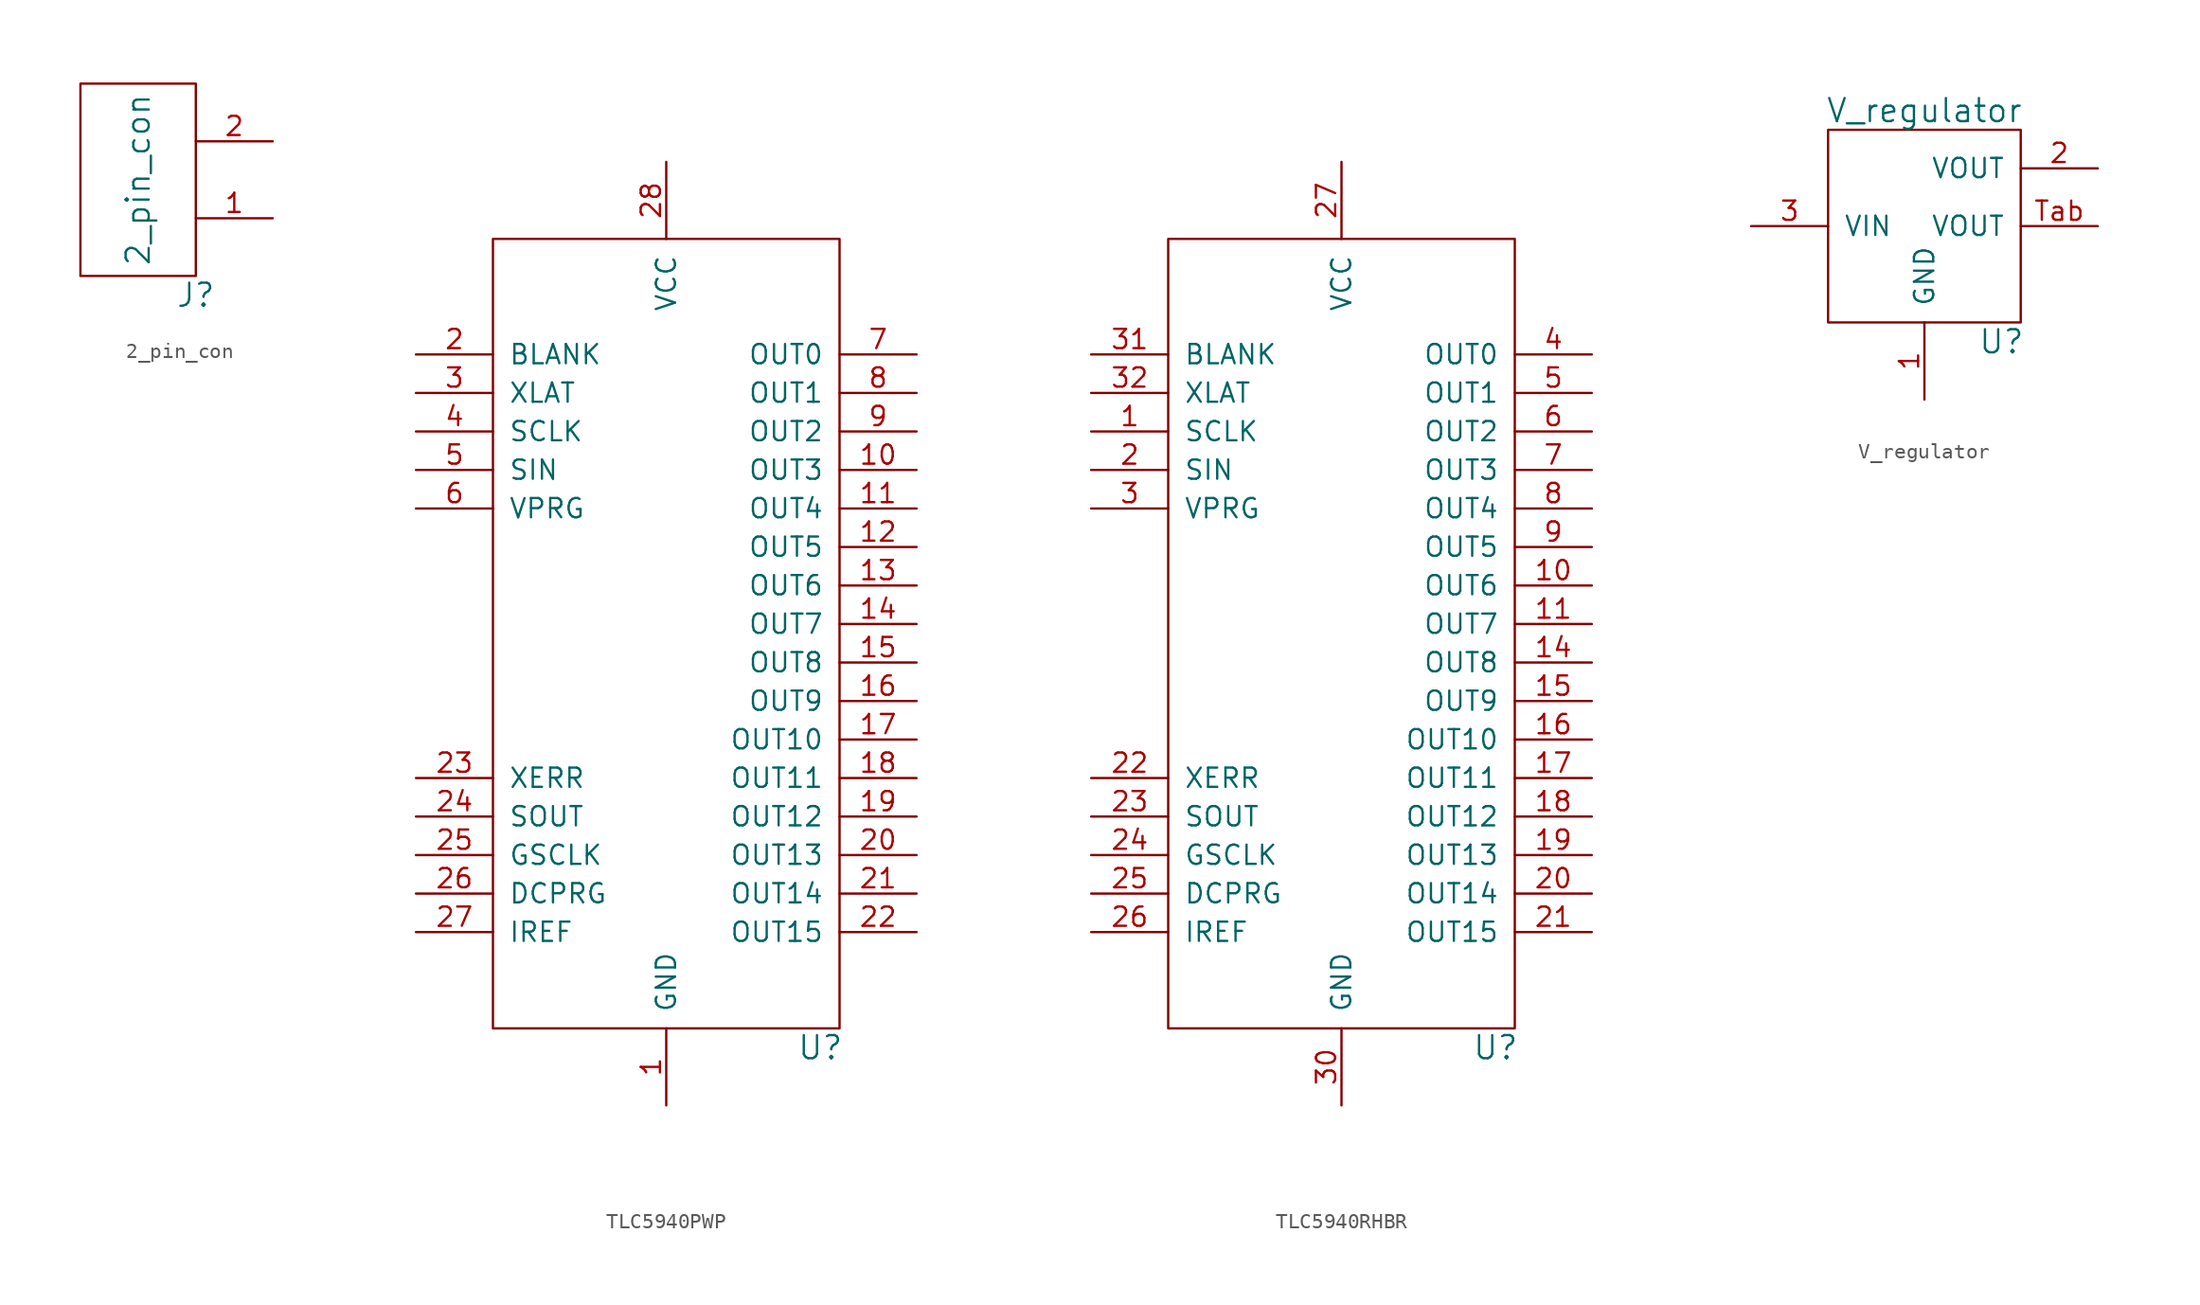
<source format=kicad_sym>
(kicad_symbol_lib
  (version 20211014)
  (generator kicad_symbol_editor)
  (symbol "2_pin_con"
    (pin_names
      (offset 1.016))
    (property "Reference" "J"
      (at 3.81 -7.62 0)
      (effects (font (size 1.524 1.524))))
    (property "Value" "2_pin_con"
      (at 0 0 90)
      (effects (font (size 1.524 1.524))))
    (property "Footprint" ""
      (at 0 0 0)
      (effects (font (size 1.524 1.524))))
    (property "Datasheet" ""
      (at 0 0 0)
      (effects (font (size 1.524 1.524))))
    (symbol "2_pin_con_0_1"
      (rectangle (start -3.81 6.35) (end 3.81 -6.35) (stroke (width 0) (type default) (color 0 0 0 0)) (fill (type none))))
    (symbol "2_pin_con_1_1"
      (pin passive line (at 8.89 -2.54 180) (length 5.08) (name "~" (effects (font (size 1.27 1.27)))) (number "1" (effects (font (size 1.27 1.27)))))
      (pin passive line (at 8.89 2.54 180) (length 5.08) (name "~" (effects (font (size 1.27 1.27)))) (number "2" (effects (font (size 1.27 1.27)))))))
  (symbol "TLC5940PWP"
    (pin_names
      (offset 1.016))
    (property "Reference" "U"
      (at 10.16 -27.94 0)
      (effects (font (size 1.524 1.524))))
    (property "Footprint" ""
      (at -7.62 12.7 0)
      (effects (font (size 1.524 1.524))))
    (property "Datasheet" ""
      (at -7.62 12.7 0)
      (effects (font (size 1.524 1.524))))
    (symbol "TLC5940PWP_0_1"
      (rectangle (start -11.43 25.4) (end 11.43 -26.67) (stroke (width 0) (type default) (color 0 0 0 0)) (fill (type none))))
    (symbol "TLC5940PWP_1_1"
      (pin passive line (at 0 -31.75 90) (length 5.08) (name "GND" (effects (font (size 1.27 1.27)))) (number "1" (effects (font (size 1.27 1.27)))))
      (pin passive line (at 16.51 10.16 180) (length 5.08) (name "OUT3" (effects (font (size 1.27 1.27)))) (number "10" (effects (font (size 1.27 1.27)))))
      (pin passive line (at 16.51 7.62 180) (length 5.08) (name "OUT4" (effects (font (size 1.27 1.27)))) (number "11" (effects (font (size 1.27 1.27)))))
      (pin passive line (at 16.51 5.08 180) (length 5.08) (name "OUT5" (effects (font (size 1.27 1.27)))) (number "12" (effects (font (size 1.27 1.27)))))
      (pin passive line (at 16.51 2.54 180) (length 5.08) (name "OUT6" (effects (font (size 1.27 1.27)))) (number "13" (effects (font (size 1.27 1.27)))))
      (pin passive line (at 16.51 0 180) (length 5.08) (name "OUT7" (effects (font (size 1.27 1.27)))) (number "14" (effects (font (size 1.27 1.27)))))
      (pin passive line (at 16.51 -2.54 180) (length 5.08) (name "OUT8" (effects (font (size 1.27 1.27)))) (number "15" (effects (font (size 1.27 1.27)))))
      (pin passive line (at 16.51 -5.08 180) (length 5.08) (name "OUT9" (effects (font (size 1.27 1.27)))) (number "16" (effects (font (size 1.27 1.27)))))
      (pin passive line (at 16.51 -7.62 180) (length 5.08) (name "OUT10" (effects (font (size 1.27 1.27)))) (number "17" (effects (font (size 1.27 1.27)))))
      (pin passive line (at 16.51 -10.16 180) (length 5.08) (name "OUT11" (effects (font (size 1.27 1.27)))) (number "18" (effects (font (size 1.27 1.27)))))
      (pin passive line (at 16.51 -12.7 180) (length 5.08) (name "OUT12" (effects (font (size 1.27 1.27)))) (number "19" (effects (font (size 1.27 1.27)))))
      (pin passive line (at -16.51 17.78 0) (length 5.08) (name "BLANK" (effects (font (size 1.27 1.27)))) (number "2" (effects (font (size 1.27 1.27)))))
      (pin passive line (at 16.51 -15.24 180) (length 5.08) (name "OUT13" (effects (font (size 1.27 1.27)))) (number "20" (effects (font (size 1.27 1.27)))))
      (pin passive line (at 16.51 -17.78 180) (length 5.08) (name "OUT14" (effects (font (size 1.27 1.27)))) (number "21" (effects (font (size 1.27 1.27)))))
      (pin passive line (at 16.51 -20.32 180) (length 5.08) (name "OUT15" (effects (font (size 1.27 1.27)))) (number "22" (effects (font (size 1.27 1.27)))))
      (pin passive line (at -16.51 -10.16 0) (length 5.08) (name "XERR" (effects (font (size 1.27 1.27)))) (number "23" (effects (font (size 1.27 1.27)))))
      (pin passive line (at -16.51 -12.7 0) (length 5.08) (name "SOUT" (effects (font (size 1.27 1.27)))) (number "24" (effects (font (size 1.27 1.27)))))
      (pin passive line (at -16.51 -15.24 0) (length 5.08) (name "GSCLK" (effects (font (size 1.27 1.27)))) (number "25" (effects (font (size 1.27 1.27)))))
      (pin passive line (at -16.51 -17.78 0) (length 5.08) (name "DCPRG" (effects (font (size 1.27 1.27)))) (number "26" (effects (font (size 1.27 1.27)))))
      (pin passive line (at -16.51 -20.32 0) (length 5.08) (name "IREF" (effects (font (size 1.27 1.27)))) (number "27" (effects (font (size 1.27 1.27)))))
      (pin passive line (at 0 30.48 270) (length 5.08) (name "VCC" (effects (font (size 1.27 1.27)))) (number "28" (effects (font (size 1.27 1.27)))))
      (pin passive line (at -16.51 15.24 0) (length 5.08) (name "XLAT" (effects (font (size 1.27 1.27)))) (number "3" (effects (font (size 1.27 1.27)))))
      (pin passive line (at -16.51 12.7 0) (length 5.08) (name "SCLK" (effects (font (size 1.27 1.27)))) (number "4" (effects (font (size 1.27 1.27)))))
      (pin passive line (at -16.51 10.16 0) (length 5.08) (name "SIN" (effects (font (size 1.27 1.27)))) (number "5" (effects (font (size 1.27 1.27)))))
      (pin passive line (at -16.51 7.62 0) (length 5.08) (name "VPRG" (effects (font (size 1.27 1.27)))) (number "6" (effects (font (size 1.27 1.27)))))
      (pin passive line (at 16.51 17.78 180) (length 5.08) (name "OUT0" (effects (font (size 1.27 1.27)))) (number "7" (effects (font (size 1.27 1.27)))))
      (pin passive line (at 16.51 15.24 180) (length 5.08) (name "OUT1" (effects (font (size 1.27 1.27)))) (number "8" (effects (font (size 1.27 1.27)))))
      (pin passive line (at 16.51 12.7 180) (length 5.08) (name "OUT2" (effects (font (size 1.27 1.27)))) (number "9" (effects (font (size 1.27 1.27)))))))
  (symbol "TLC5940RHBR"
    (pin_names
      (offset 1.016))
    (property "Reference" "U"
      (at 10.16 -27.94 0)
      (effects (font (size 1.524 1.524))))
    (property "Footprint" ""
      (at -7.62 12.7 0)
      (effects (font (size 1.524 1.524))))
    (property "Datasheet" ""
      (at -7.62 12.7 0)
      (effects (font (size 1.524 1.524))))
    (symbol "TLC5940RHBR_0_1"
      (rectangle (start -11.43 25.4) (end 11.43 -26.67) (stroke (width 0) (type default) (color 0 0 0 0)) (fill (type none))))
    (symbol "TLC5940RHBR_1_1"
      (pin passive line (at -16.51 12.7 0) (length 5.08) (name "SCLK" (effects (font (size 1.27 1.27)))) (number "1" (effects (font (size 1.27 1.27)))))
      (pin passive line (at 16.51 2.54 180) (length 5.08) (name "OUT6" (effects (font (size 1.27 1.27)))) (number "10" (effects (font (size 1.27 1.27)))))
      (pin passive line (at 16.51 0 180) (length 5.08) (name "OUT7" (effects (font (size 1.27 1.27)))) (number "11" (effects (font (size 1.27 1.27)))))
      (pin passive line (at 16.51 -2.54 180) (length 5.08) (name "OUT8" (effects (font (size 1.27 1.27)))) (number "14" (effects (font (size 1.27 1.27)))))
      (pin passive line (at 16.51 -5.08 180) (length 5.08) (name "OUT9" (effects (font (size 1.27 1.27)))) (number "15" (effects (font (size 1.27 1.27)))))
      (pin passive line (at 16.51 -7.62 180) (length 5.08) (name "OUT10" (effects (font (size 1.27 1.27)))) (number "16" (effects (font (size 1.27 1.27)))))
      (pin passive line (at 16.51 -10.16 180) (length 5.08) (name "OUT11" (effects (font (size 1.27 1.27)))) (number "17" (effects (font (size 1.27 1.27)))))
      (pin passive line (at 16.51 -12.7 180) (length 5.08) (name "OUT12" (effects (font (size 1.27 1.27)))) (number "18" (effects (font (size 1.27 1.27)))))
      (pin passive line (at 16.51 -15.24 180) (length 5.08) (name "OUT13" (effects (font (size 1.27 1.27)))) (number "19" (effects (font (size 1.27 1.27)))))
      (pin passive line (at -16.51 10.16 0) (length 5.08) (name "SIN" (effects (font (size 1.27 1.27)))) (number "2" (effects (font (size 1.27 1.27)))))
      (pin passive line (at 16.51 -17.78 180) (length 5.08) (name "OUT14" (effects (font (size 1.27 1.27)))) (number "20" (effects (font (size 1.27 1.27)))))
      (pin passive line (at 16.51 -20.32 180) (length 5.08) (name "OUT15" (effects (font (size 1.27 1.27)))) (number "21" (effects (font (size 1.27 1.27)))))
      (pin passive line (at -16.51 -10.16 0) (length 5.08) (name "XERR" (effects (font (size 1.27 1.27)))) (number "22" (effects (font (size 1.27 1.27)))))
      (pin passive line (at -16.51 -12.7 0) (length 5.08) (name "SOUT" (effects (font (size 1.27 1.27)))) (number "23" (effects (font (size 1.27 1.27)))))
      (pin passive line (at -16.51 -15.24 0) (length 5.08) (name "GSCLK" (effects (font (size 1.27 1.27)))) (number "24" (effects (font (size 1.27 1.27)))))
      (pin passive line (at -16.51 -17.78 0) (length 5.08) (name "DCPRG" (effects (font (size 1.27 1.27)))) (number "25" (effects (font (size 1.27 1.27)))))
      (pin passive line (at -16.51 -20.32 0) (length 5.08) (name "IREF" (effects (font (size 1.27 1.27)))) (number "26" (effects (font (size 1.27 1.27)))))
      (pin passive line (at 0 30.48 270) (length 5.08) (name "VCC" (effects (font (size 1.27 1.27)))) (number "27" (effects (font (size 1.27 1.27)))))
      (pin passive line (at -16.51 7.62 0) (length 5.08) (name "VPRG" (effects (font (size 1.27 1.27)))) (number "3" (effects (font (size 1.27 1.27)))))
      (pin passive line (at 0 -31.75 90) (length 5.08) (name "GND" (effects (font (size 1.27 1.27)))) (number "30" (effects (font (size 1.27 1.27)))))
      (pin passive line (at -16.51 17.78 0) (length 5.08) (name "BLANK" (effects (font (size 1.27 1.27)))) (number "31" (effects (font (size 1.27 1.27)))))
      (pin passive line (at -16.51 15.24 0) (length 5.08) (name "XLAT" (effects (font (size 1.27 1.27)))) (number "32" (effects (font (size 1.27 1.27)))))
      (pin passive line (at 16.51 17.78 180) (length 5.08) (name "OUT0" (effects (font (size 1.27 1.27)))) (number "4" (effects (font (size 1.27 1.27)))))
      (pin passive line (at 16.51 15.24 180) (length 5.08) (name "OUT1" (effects (font (size 1.27 1.27)))) (number "5" (effects (font (size 1.27 1.27)))))
      (pin passive line (at 16.51 12.7 180) (length 5.08) (name "OUT2" (effects (font (size 1.27 1.27)))) (number "6" (effects (font (size 1.27 1.27)))))
      (pin passive line (at 16.51 10.16 180) (length 5.08) (name "OUT3" (effects (font (size 1.27 1.27)))) (number "7" (effects (font (size 1.27 1.27)))))
      (pin passive line (at 16.51 7.62 180) (length 5.08) (name "OUT4" (effects (font (size 1.27 1.27)))) (number "8" (effects (font (size 1.27 1.27)))))
      (pin passive line (at 16.51 5.08 180) (length 5.08) (name "OUT5" (effects (font (size 1.27 1.27)))) (number "9" (effects (font (size 1.27 1.27)))))))
  (symbol "V_regulator"
    (pin_names
      (offset 1.016))
    (property "Reference" "U"
      (at 5.08 -7.62 0)
      (effects (font (size 1.524 1.524))))
    (property "Value" "V_regulator"
      (at 0 7.62 0)
      (effects (font (size 1.524 1.524))))
    (property "Footprint" ""
      (at 0 0 0)
      (effects (font (size 1.524 1.524))))
    (property "Datasheet" ""
      (at 0 0 0)
      (effects (font (size 1.524 1.524))))
    (symbol "V_regulator_0_1"
      (rectangle (start -6.35 6.35) (end 6.35 -6.35) (stroke (width 0) (type default) (color 0 0 0 0)) (fill (type none))))
    (symbol "V_regulator_1_1"
      (pin passive line (at 0 -11.43 90) (length 5.08) (name "GND" (effects (font (size 1.27 1.27)))) (number "1" (effects (font (size 1.27 1.27)))))
      (pin passive line (at 11.43 3.81 180) (length 5.08) (name "VOUT" (effects (font (size 1.27 1.27)))) (number "2" (effects (font (size 1.27 1.27)))))
      (pin passive line (at -11.43 0 0) (length 5.08) (name "VIN" (effects (font (size 1.27 1.27)))) (number "3" (effects (font (size 1.27 1.27)))))
      (pin passive line (at 11.43 0 180) (length 5.08) (name "VOUT" (effects (font (size 1.27 1.27)))) (number "Tab" (effects (font (size 1.27 1.27))))))))
</source>
